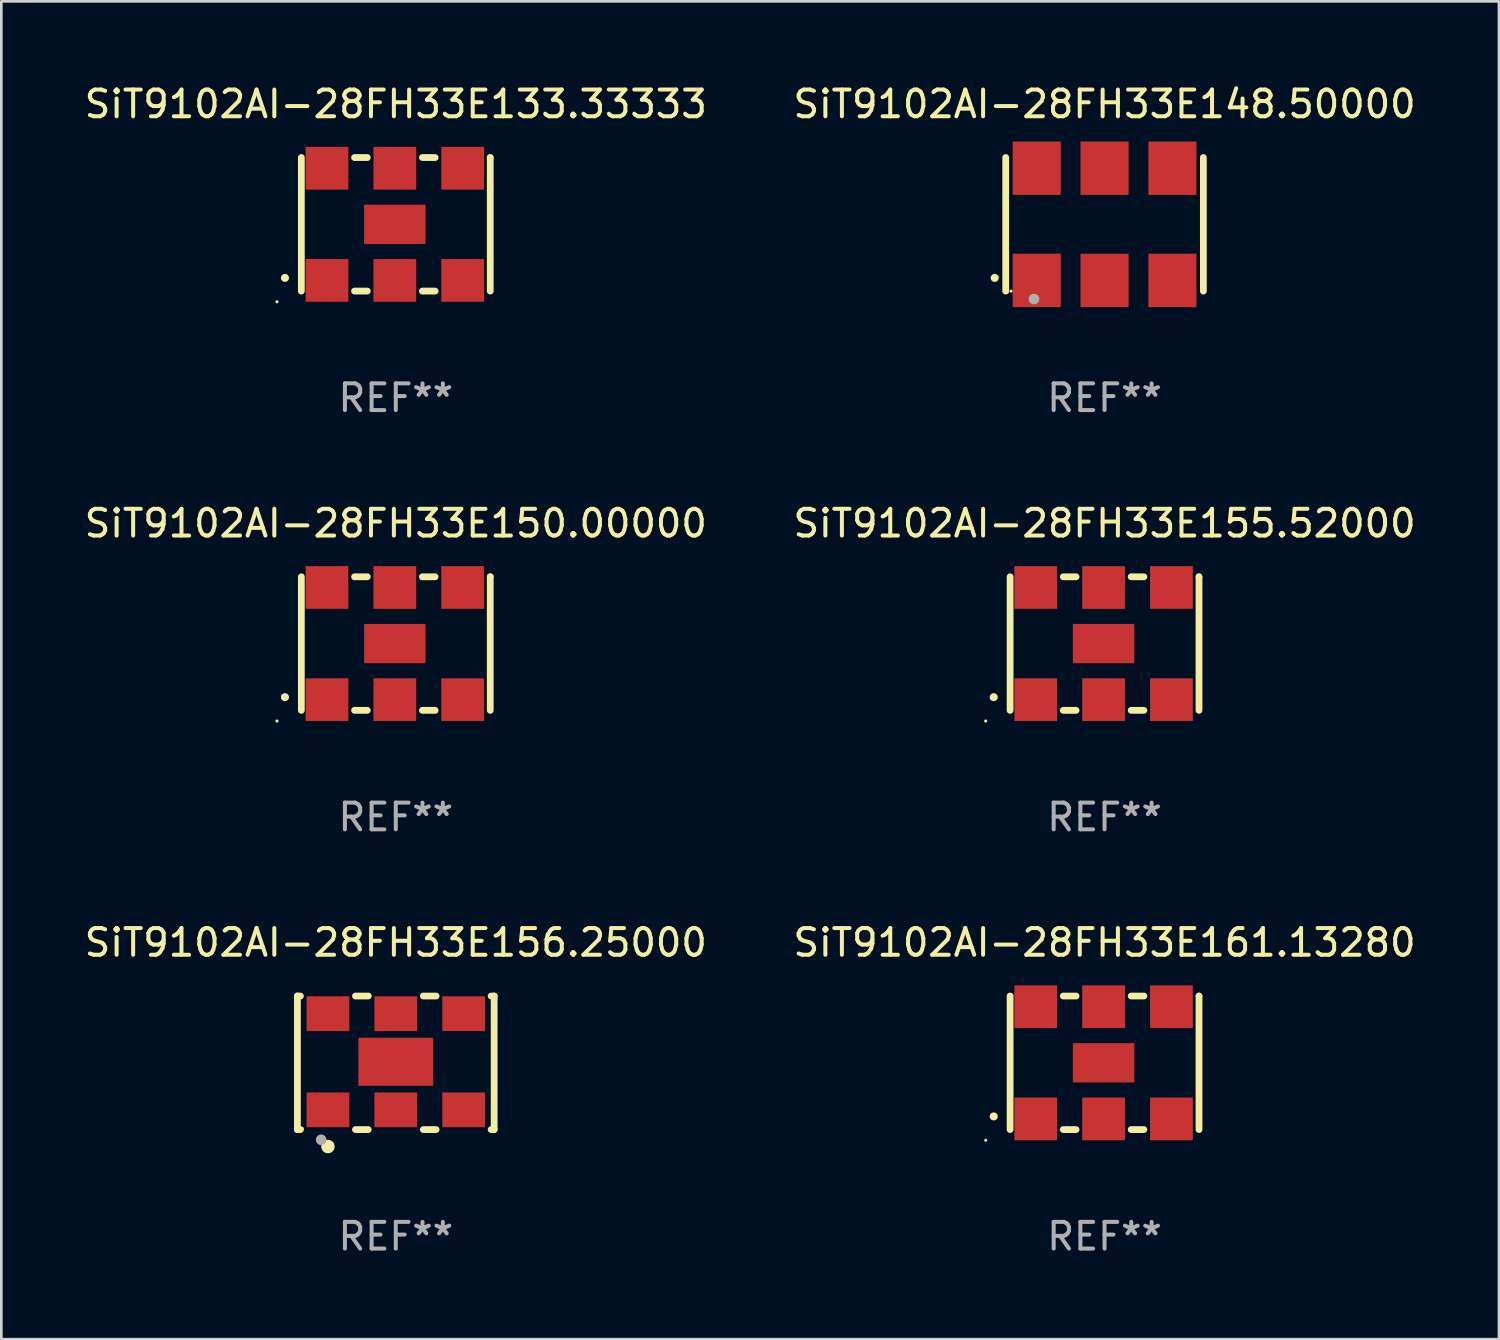
<source format=kicad_pcb>
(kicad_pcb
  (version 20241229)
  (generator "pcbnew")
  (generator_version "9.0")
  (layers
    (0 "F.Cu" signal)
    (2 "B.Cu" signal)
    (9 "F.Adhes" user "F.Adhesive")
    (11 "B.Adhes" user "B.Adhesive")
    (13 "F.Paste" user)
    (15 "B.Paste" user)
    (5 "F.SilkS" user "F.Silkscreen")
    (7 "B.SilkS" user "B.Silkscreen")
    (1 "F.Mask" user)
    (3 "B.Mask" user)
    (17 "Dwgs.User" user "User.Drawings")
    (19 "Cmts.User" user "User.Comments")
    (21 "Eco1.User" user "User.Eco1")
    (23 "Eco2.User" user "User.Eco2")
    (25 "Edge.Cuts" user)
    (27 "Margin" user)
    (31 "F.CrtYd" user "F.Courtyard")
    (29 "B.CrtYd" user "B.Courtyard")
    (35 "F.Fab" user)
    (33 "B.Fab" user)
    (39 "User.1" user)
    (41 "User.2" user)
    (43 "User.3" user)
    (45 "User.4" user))
  (footprint "SiT9102AI-28FH33E161.13280"
    (layer "F.Cu")
    (at 38.304 36.741)
    (property "Reference" "SiT9102AI-28FH33E161.13280" (at 0 -4.5 0) (layer "F.SilkS") (effects (font (size 1 1) (thickness 0.15))))
    (attr through_hole)
    (fp_line (start -3.536 -2.5) (end -3.536 2.5) (stroke (width 0.254) (type solid)) (layer "F.SilkS"))
    (fp_line (start -1.544 2.5) (end -1.067 2.5) (stroke (width 0.254) (type solid)) (layer "F.SilkS"))
    (fp_line (start -1.067 -2.5) (end -1.544 -2.5) (stroke (width 0.254) (type solid)) (layer "F.SilkS"))
    (fp_line (start 0.996 2.5) (end 1.473 2.5) (stroke (width 0.254) (type solid)) (layer "F.SilkS"))
    (fp_line (start 1.473 -2.5) (end 0.996 -2.5) (stroke (width 0.254) (type solid)) (layer "F.SilkS"))
    (fp_line (start 3.536 -2.5) (end 3.536 -2.5) (stroke (width 0.254) (type solid)) (layer "F.SilkS"))
    (fp_line (start 3.536 2.5) (end 3.536 -2.5) (stroke (width 0.254) (type solid)) (layer "F.SilkS"))
    (fp_arc (start -4.150432 2.006604) (mid -4.149162 2.006599) (end -4.147892 2.006604) (stroke (width 0.3) (type solid)) (layer "F.SilkS"))
    (fp_circle (center -4.449 2.9) (end -4.419 2.9) (stroke (width 0.06) (type solid)) (fill no) (layer "F.SilkS"))
    (fp_text user "REF**" (at 0 6.5 0) (layer "F.Fab") (effects (font (size 1 1) (thickness 0.15))))
    (pad "1" smd rect (at -2.576 2.1) (size 1.6 1.6) (layers "F.Cu" "F.Mask" "F.Paste"))
    (pad "2" smd rect (at -0.036 2.1) (size 1.6 1.6) (layers "F.Cu" "F.Mask" "F.Paste"))
    (pad "3" smd rect (at 2.504 2.1) (size 1.6 1.6) (layers "F.Cu" "F.Mask" "F.Paste"))
    (pad "4" smd rect (at 2.504 -2.1) (size 1.6 1.6) (layers "F.Cu" "F.Mask" "F.Paste"))
    (pad "5" smd rect (at -0.036 -2.1) (size 1.6 1.6) (layers "F.Cu" "F.Mask" "F.Paste"))
    (pad "6" smd rect (at -2.576 -2.1) (size 1.6 1.6) (layers "F.Cu" "F.Mask" "F.Paste"))
    (pad "7" smd rect (at -0.036 0) (size 2.3 1.47) (layers "F.Cu" "F.Mask" "F.Paste")))
  (footprint "SiT9102AI-28FH33E156.25000"
    (layer "F.Cu")
    (at 11.768 36.741)
    (property "Reference" "SiT9102AI-28FH33E156.25000" (at 0 -4.5 0) (layer "F.SilkS") (effects (font (size 1 1) (thickness 0.15))))
    (attr through_hole)
    (fp_line (start -3.683 -2.5) (end -3.571 -2.5) (stroke (width 0.254) (type solid)) (layer "F.SilkS"))
    (fp_line (start -3.683 2.5) (end -3.683 -2.5) (stroke (width 0.254) (type solid)) (layer "F.SilkS"))
    (fp_line (start -3.683 2.5) (end -3.571 2.5) (stroke (width 0.254) (type solid)) (layer "F.SilkS"))
    (fp_line (start -1.509 -2.5) (end -1.031 -2.5) (stroke (width 0.254) (type solid)) (layer "F.SilkS"))
    (fp_line (start -1.509 2.5) (end -1.031 2.5) (stroke (width 0.254) (type solid)) (layer "F.SilkS"))
    (fp_line (start 1.031 -2.5) (end 1.509 -2.5) (stroke (width 0.254) (type solid)) (layer "F.SilkS"))
    (fp_line (start 1.031 2.5) (end 1.509 2.5) (stroke (width 0.254) (type solid)) (layer "F.SilkS"))
    (fp_line (start 3.571 -2.5) (end 3.683 -2.5) (stroke (width 0.254) (type solid)) (layer "F.SilkS"))
    (fp_line (start 3.571 2.5) (end 3.683 2.5) (stroke (width 0.254) (type solid)) (layer "F.SilkS"))
    (fp_line (start 3.683 2.5) (end 3.683 -2.5) (stroke (width 0.254) (type solid)) (layer "F.SilkS"))
    (fp_circle (center -3.5 2.46) (end -3.47 2.46) (stroke (width 0.06) (type solid)) (fill no) (layer "F.SilkS"))
    (fp_circle (center -2.54 3.135) (end -2.413 3.135) (stroke (width 0.254) (type solid)) (fill no) (layer "F.SilkS"))
    (fp_circle (center -2.794 2.881) (end -2.694 2.881) (stroke (width 0.2) (type solid)) (fill no) (layer "F.Fab"))
    (fp_text user "REF**" (at 0 6.5 0) (layer "F.Fab") (effects (font (size 1 1) (thickness 0.15))))
    (pad "1" smd rect (at -2.54 1.76) (size 1.6 1.3) (layers "F.Cu" "F.Mask" "F.Paste"))
    (pad "2" smd rect (at 0 1.76) (size 1.6 1.3) (layers "F.Cu" "F.Mask" "F.Paste"))
    (pad "3" smd rect (at 2.54 1.76) (size 1.6 1.3) (layers "F.Cu" "F.Mask" "F.Paste"))
    (pad "4" smd rect (at 2.54 -1.84) (size 1.6 1.3) (layers "F.Cu" "F.Mask" "F.Paste"))
    (pad "5" smd rect (at 0 -1.84) (size 1.6 1.3) (layers "F.Cu" "F.Mask" "F.Paste"))
    (pad "6" smd rect (at -2.54 -1.84) (size 1.6 1.3) (layers "F.Cu" "F.Mask" "F.Paste"))
    (pad "7" smd rect (at 0 -0.04) (size 2.8 1.8) (layers "F.Cu" "F.Mask" "F.Paste")))
  (footprint "SiT9102AI-28FH33E148.50000"
    (layer "F.Cu")
    (at 38.304 5.348)
    (property "Reference" "SiT9102AI-28FH33E148.50000" (at 0 -4.5 0) (layer "F.SilkS") (effects (font (size 1 1) (thickness 0.15))))
    (attr through_hole)
    (fp_line (start -3.7 -2.5) (end -3.7 2.5) (stroke (width 0.254) (type solid)) (layer "F.SilkS"))
    (fp_line (start 3.7 -2.5) (end 3.7 2.5) (stroke (width 0.254) (type solid)) (layer "F.SilkS"))
    (fp_arc (start -4.114415 2.006604) (mid -4.113145 2.006599) (end -4.111875 2.006604) (stroke (width 0.3) (type solid)) (layer "F.SilkS"))
    (fp_circle (center -3.5 2.501) (end -3.47 2.501) (stroke (width 0.06) (type solid)) (fill no) (layer "F.SilkS"))
    (fp_circle (center -2.641 2.799) (end -2.541 2.799) (stroke (width 0.2) (type solid)) (fill no) (layer "F.Fab"))
    (fp_text user "REF**" (at 0 6.5 0) (layer "F.Fab") (effects (font (size 1 1) (thickness 0.15))))
    (pad "1" smd rect (at -2.54 2.1) (size 1.8 2) (layers "F.Cu" "F.Mask" "F.Paste"))
    (pad "2" smd rect (at 0.000394 2.1) (size 1.8 2) (layers "F.Cu" "F.Mask" "F.Paste"))
    (pad "3" smd rect (at 2.54 2.1) (size 1.8 2) (layers "F.Cu" "F.Mask" "F.Paste"))
    (pad "4" smd rect (at 2.54 -2.1) (size 1.8 2) (layers "F.Cu" "F.Mask" "F.Paste"))
    (pad "5" smd rect (at 0.000394 -2.1) (size 1.8 2) (layers "F.Cu" "F.Mask" "F.Paste"))
    (pad "6" smd rect (at -2.54 -2.1) (size 1.8 2) (layers "F.Cu" "F.Mask" "F.Paste")))
  (footprint "SiT9102AI-28FH33E150.00000"
    (layer "F.Cu")
    (at 11.768 21.045)
    (property "Reference" "SiT9102AI-28FH33E150.00000" (at 0 -4.5 0) (layer "F.SilkS") (effects (font (size 1 1) (thickness 0.15))))
    (attr through_hole)
    (fp_line (start -3.536 -2.5) (end -3.536 2.5) (stroke (width 0.254) (type solid)) (layer "F.SilkS"))
    (fp_line (start -1.544 2.5) (end -1.067 2.5) (stroke (width 0.254) (type solid)) (layer "F.SilkS"))
    (fp_line (start -1.067 -2.5) (end -1.544 -2.5) (stroke (width 0.254) (type solid)) (layer "F.SilkS"))
    (fp_line (start 0.996 2.5) (end 1.473 2.5) (stroke (width 0.254) (type solid)) (layer "F.SilkS"))
    (fp_line (start 1.473 -2.5) (end 0.996 -2.5) (stroke (width 0.254) (type solid)) (layer "F.SilkS"))
    (fp_line (start 3.536 -2.5) (end 3.536 -2.5) (stroke (width 0.254) (type solid)) (layer "F.SilkS"))
    (fp_line (start 3.536 2.5) (end 3.536 -2.5) (stroke (width 0.254) (type solid)) (layer "F.SilkS"))
    (fp_arc (start -4.150432 2.006604) (mid -4.149162 2.006599) (end -4.147892 2.006604) (stroke (width 0.3) (type solid)) (layer "F.SilkS"))
    (fp_circle (center -4.449 2.9) (end -4.419 2.9) (stroke (width 0.06) (type solid)) (fill no) (layer "F.SilkS"))
    (fp_text user "REF**" (at 0 6.5 0) (layer "F.Fab") (effects (font (size 1 1) (thickness 0.15))))
    (pad "1" smd rect (at -2.576 2.1) (size 1.6 1.6) (layers "F.Cu" "F.Mask" "F.Paste"))
    (pad "2" smd rect (at -0.036 2.1) (size 1.6 1.6) (layers "F.Cu" "F.Mask" "F.Paste"))
    (pad "3" smd rect (at 2.504 2.1) (size 1.6 1.6) (layers "F.Cu" "F.Mask" "F.Paste"))
    (pad "4" smd rect (at 2.504 -2.1) (size 1.6 1.6) (layers "F.Cu" "F.Mask" "F.Paste"))
    (pad "5" smd rect (at -0.036 -2.1) (size 1.6 1.6) (layers "F.Cu" "F.Mask" "F.Paste"))
    (pad "6" smd rect (at -2.576 -2.1) (size 1.6 1.6) (layers "F.Cu" "F.Mask" "F.Paste"))
    (pad "7" smd rect (at -0.036 0) (size 2.3 1.47) (layers "F.Cu" "F.Mask" "F.Paste")))
  (footprint "SiT9102AI-28FH33E155.52000"
    (layer "F.Cu")
    (at 38.304 21.045)
    (property "Reference" "SiT9102AI-28FH33E155.52000" (at 0 -4.5 0) (layer "F.SilkS") (effects (font (size 1 1) (thickness 0.15))))
    (attr through_hole)
    (fp_line (start -3.536 -2.5) (end -3.536 2.5) (stroke (width 0.254) (type solid)) (layer "F.SilkS"))
    (fp_line (start -1.544 2.5) (end -1.067 2.5) (stroke (width 0.254) (type solid)) (layer "F.SilkS"))
    (fp_line (start -1.067 -2.5) (end -1.544 -2.5) (stroke (width 0.254) (type solid)) (layer "F.SilkS"))
    (fp_line (start 0.996 2.5) (end 1.473 2.5) (stroke (width 0.254) (type solid)) (layer "F.SilkS"))
    (fp_line (start 1.473 -2.5) (end 0.996 -2.5) (stroke (width 0.254) (type solid)) (layer "F.SilkS"))
    (fp_line (start 3.536 -2.5) (end 3.536 -2.5) (stroke (width 0.254) (type solid)) (layer "F.SilkS"))
    (fp_line (start 3.536 2.5) (end 3.536 -2.5) (stroke (width 0.254) (type solid)) (layer "F.SilkS"))
    (fp_arc (start -4.150432 2.006604) (mid -4.149162 2.006599) (end -4.147892 2.006604) (stroke (width 0.3) (type solid)) (layer "F.SilkS"))
    (fp_circle (center -4.449 2.9) (end -4.419 2.9) (stroke (width 0.06) (type solid)) (fill no) (layer "F.SilkS"))
    (fp_text user "REF**" (at 0 6.5 0) (layer "F.Fab") (effects (font (size 1 1) (thickness 0.15))))
    (pad "1" smd rect (at -2.576 2.1) (size 1.6 1.6) (layers "F.Cu" "F.Mask" "F.Paste"))
    (pad "2" smd rect (at -0.036 2.1) (size 1.6 1.6) (layers "F.Cu" "F.Mask" "F.Paste"))
    (pad "3" smd rect (at 2.504 2.1) (size 1.6 1.6) (layers "F.Cu" "F.Mask" "F.Paste"))
    (pad "4" smd rect (at 2.504 -2.1) (size 1.6 1.6) (layers "F.Cu" "F.Mask" "F.Paste"))
    (pad "5" smd rect (at -0.036 -2.1) (size 1.6 1.6) (layers "F.Cu" "F.Mask" "F.Paste"))
    (pad "6" smd rect (at -2.576 -2.1) (size 1.6 1.6) (layers "F.Cu" "F.Mask" "F.Paste"))
    (pad "7" smd rect (at -0.036 0) (size 2.3 1.47) (layers "F.Cu" "F.Mask" "F.Paste")))
  (footprint "SiT9102AI-28FH33E133.33333"
    (layer "F.Cu")
    (at 11.768 5.348)
    (property "Reference" "SiT9102AI-28FH33E133.33333" (at 0 -4.5 0) (layer "F.SilkS") (effects (font (size 1 1) (thickness 0.15))))
    (attr through_hole)
    (fp_line (start -3.536 -2.5) (end -3.536 2.5) (stroke (width 0.254) (type solid)) (layer "F.SilkS"))
    (fp_line (start -1.544 2.5) (end -1.067 2.5) (stroke (width 0.254) (type solid)) (layer "F.SilkS"))
    (fp_line (start -1.067 -2.5) (end -1.544 -2.5) (stroke (width 0.254) (type solid)) (layer "F.SilkS"))
    (fp_line (start 0.996 2.5) (end 1.473 2.5) (stroke (width 0.254) (type solid)) (layer "F.SilkS"))
    (fp_line (start 1.473 -2.5) (end 0.996 -2.5) (stroke (width 0.254) (type solid)) (layer "F.SilkS"))
    (fp_line (start 3.536 -2.5) (end 3.536 -2.5) (stroke (width 0.254) (type solid)) (layer "F.SilkS"))
    (fp_line (start 3.536 2.5) (end 3.536 -2.5) (stroke (width 0.254) (type solid)) (layer "F.SilkS"))
    (fp_arc (start -4.150432 2.006604) (mid -4.149162 2.006599) (end -4.147892 2.006604) (stroke (width 0.3) (type solid)) (layer "F.SilkS"))
    (fp_circle (center -4.449 2.9) (end -4.419 2.9) (stroke (width 0.06) (type solid)) (fill no) (layer "F.SilkS"))
    (fp_text user "REF**" (at 0 6.5 0) (layer "F.Fab") (effects (font (size 1 1) (thickness 0.15))))
    (pad "1" smd rect (at -2.576 2.1) (size 1.6 1.6) (layers "F.Cu" "F.Mask" "F.Paste"))
    (pad "2" smd rect (at -0.036 2.1) (size 1.6 1.6) (layers "F.Cu" "F.Mask" "F.Paste"))
    (pad "3" smd rect (at 2.504 2.1) (size 1.6 1.6) (layers "F.Cu" "F.Mask" "F.Paste"))
    (pad "4" smd rect (at 2.504 -2.1) (size 1.6 1.6) (layers "F.Cu" "F.Mask" "F.Paste"))
    (pad "5" smd rect (at -0.036 -2.1) (size 1.6 1.6) (layers "F.Cu" "F.Mask" "F.Paste"))
    (pad "6" smd rect (at -2.576 -2.1) (size 1.6 1.6) (layers "F.Cu" "F.Mask" "F.Paste"))
    (pad "7" smd rect (at -0.036 0) (size 2.3 1.47) (layers "F.Cu" "F.Mask" "F.Paste")))
  (gr_rect
    (start -3 -3)
    (end 53.071 47.09)
    (stroke (width 0.1) (type default))
    (fill no)
    (layer "Edge.Cuts")))
</source>
